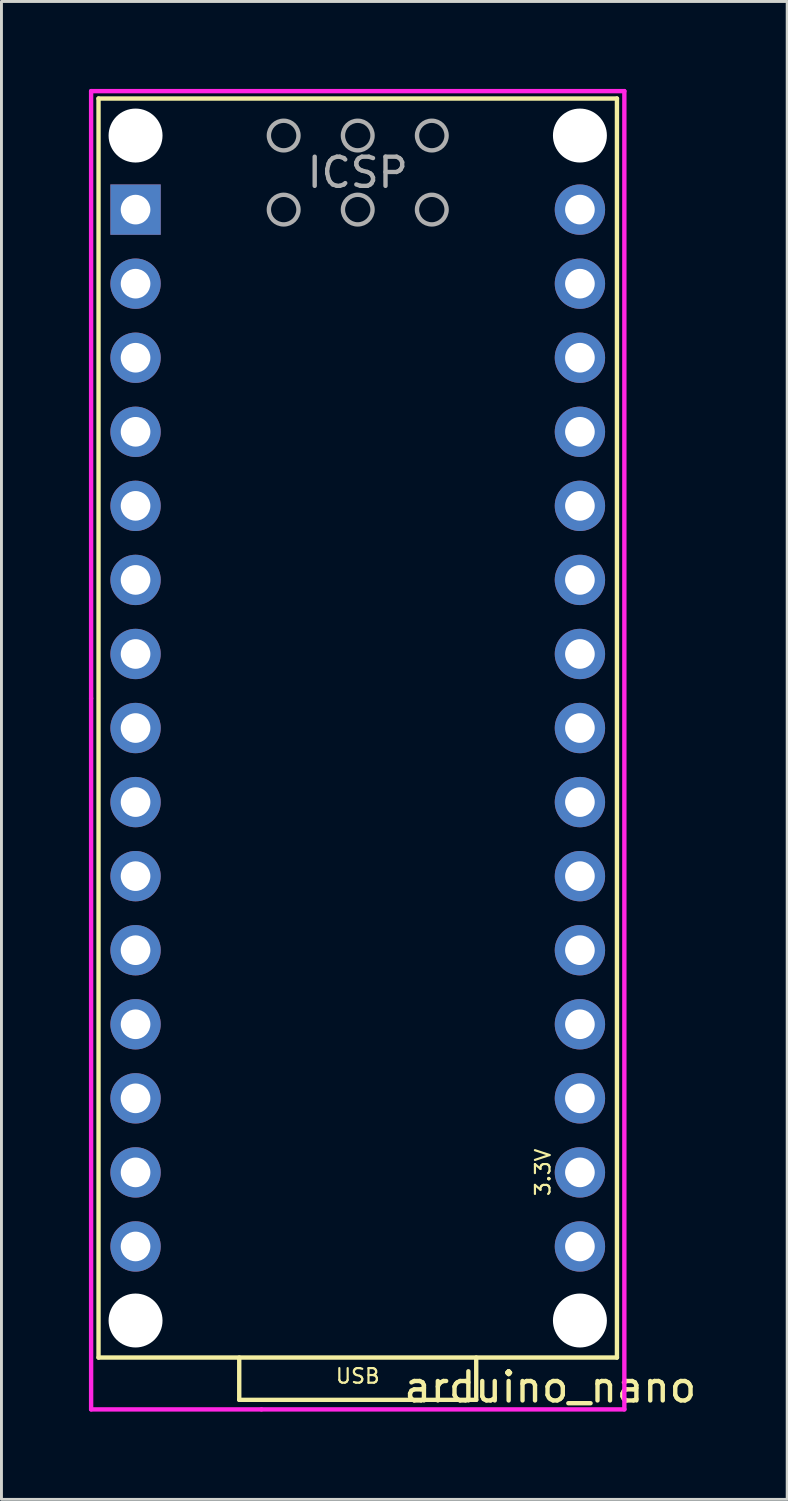
<source format=kicad_pcb>
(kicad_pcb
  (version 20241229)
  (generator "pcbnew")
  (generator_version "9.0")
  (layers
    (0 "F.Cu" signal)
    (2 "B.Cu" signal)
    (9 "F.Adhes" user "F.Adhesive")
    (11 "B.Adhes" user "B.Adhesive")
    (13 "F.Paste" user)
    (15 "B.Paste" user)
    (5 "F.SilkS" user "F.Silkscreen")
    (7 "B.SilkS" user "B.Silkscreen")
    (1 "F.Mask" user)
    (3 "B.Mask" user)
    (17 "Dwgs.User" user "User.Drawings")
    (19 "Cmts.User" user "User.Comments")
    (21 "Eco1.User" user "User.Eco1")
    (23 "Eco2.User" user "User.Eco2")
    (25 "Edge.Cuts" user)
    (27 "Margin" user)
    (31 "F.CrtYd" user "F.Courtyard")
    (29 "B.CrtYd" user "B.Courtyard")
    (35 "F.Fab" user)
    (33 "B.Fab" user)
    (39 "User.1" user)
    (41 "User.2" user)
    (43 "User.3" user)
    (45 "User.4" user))
  (footprint "arduino_nano"
    (layer "F.Cu")
    (at 9.219 43.509)
    (property "Reference" "arduino_nano" (at 6.604 1.016 0) (layer "F.SilkS") (effects (font (size 1 1) (thickness 0.15))))
    (attr through_hole)
    (fp_line (start -8.89 -43.18) (end -8.89 0) (stroke (width 0.15) (type solid)) (layer "F.SilkS"))
    (fp_line (start -8.89 -43.18) (end 8.89 -43.18) (stroke (width 0.15) (type solid)) (layer "F.SilkS"))
    (fp_line (start -8.89 0) (end 8.89 0) (stroke (width 0.15) (type solid)) (layer "F.SilkS"))
    (fp_line (start -4.064 0) (end -4.064 1.45) (stroke (width 0.15) (type solid)) (layer "F.SilkS"))
    (fp_line (start -4.064 1.45) (end 4.064 1.45) (stroke (width 0.15) (type solid)) (layer "F.SilkS"))
    (fp_line (start 4.064 1.45) (end 4.064 0) (stroke (width 0.15) (type solid)) (layer "F.SilkS"))
    (fp_line (start 8.89 -43.18) (end 8.89 0) (stroke (width 0.15) (type solid)) (layer "F.SilkS"))
    (fp_line (start -9.144 -43.434) (end 9.144 -43.434) (stroke (width 0.15) (type solid)) (layer "F.CrtYd"))
    (fp_line (start -9.144 -22.606) (end -9.144 -43.434) (stroke (width 0.15) (type solid)) (layer "F.CrtYd"))
    (fp_line (start -9.144 1.778) (end -9.144 -22.606) (stroke (width 0.15) (type solid)) (layer "F.CrtYd"))
    (fp_line (start -3.302 1.778) (end -9.144 1.778) (stroke (width 0.15) (type solid)) (layer "F.CrtYd"))
    (fp_line (start 9.144 -43.434) (end 9.144 1.778) (stroke (width 0.15) (type solid)) (layer "F.CrtYd"))
    (fp_line (start 9.144 1.778) (end -3.302 1.778) (stroke (width 0.15) (type solid)) (layer "F.CrtYd"))
    (fp_circle (center -2.54 -41.91) (end -2.032 -41.91) (stroke (width 0.15) (type solid)) (fill no) (layer "F.Fab"))
    (fp_circle (center -2.54 -39.37) (end -2.032 -39.37) (stroke (width 0.15) (type solid)) (fill no) (layer "F.Fab"))
    (fp_circle (center 0 -41.91) (end 0.508 -41.91) (stroke (width 0.15) (type solid)) (fill no) (layer "F.Fab"))
    (fp_circle (center 0 -39.37) (end 0.508 -39.37) (stroke (width 0.15) (type solid)) (fill no) (layer "F.Fab"))
    (fp_circle (center 2.54 -41.91) (end 3.048 -41.91) (stroke (width 0.15) (type solid)) (fill no) (layer "F.Fab"))
    (fp_circle (center 2.54 -39.37) (end 3.048 -39.37) (stroke (width 0.15) (type solid)) (fill no) (layer "F.Fab"))
    (fp_text user "USB" (at 0 0.635 0) (layer "F.SilkS") (effects (font (size 0.5 0.5) (thickness 0.075))))
    (fp_text user "3.3V" (at 6.35 -6.35 90) (layer "F.SilkS") (effects (font (size 0.5 0.5) (thickness 0.075))))
    (fp_text user "ICSP" (at 0 -40.64 0) (layer "F.Fab") (effects (font (size 1 1) (thickness 0.15))))
    (pad "" np_thru_hole circle (at -7.62 -41.91) (size 1.85 1.85) (drill 1.85) (layers "*.Cu" "*.Mask"))
    (pad "" np_thru_hole circle (at -7.62 -1.27) (size 1.85 1.85) (drill 1.85) (layers "*.Cu" "*.Mask"))
    (pad "" np_thru_hole circle (at 7.62 -41.91) (size 1.85 1.85) (drill 1.85) (layers "*.Cu" "*.Mask"))
    (pad "" np_thru_hole circle (at 7.62 -1.27) (size 1.85 1.85) (drill 1.85) (layers "*.Cu" "*.Mask"))
    (pad "3V3" thru_hole circle (at 7.62 -6.35) (size 1.727 1.727) (drill 1.016) (layers "*.Cu" "*.Mask"))
    (pad "5V" thru_hole circle (at 7.62 -31.75) (size 1.727 1.727) (drill 1.016) (layers "*.Cu" "*.Mask"))
    (pad "A0" thru_hole circle (at 7.62 -11.43) (size 1.727 1.727) (drill 1.016) (layers "*.Cu" "*.Mask"))
    (pad "A1" thru_hole circle (at 7.62 -13.97) (size 1.727 1.727) (drill 1.016) (layers "*.Cu" "*.Mask"))
    (pad "A2" thru_hole circle (at 7.62 -16.51) (size 1.727 1.727) (drill 1.016) (layers "*.Cu" "*.Mask"))
    (pad "A3" thru_hole circle (at 7.62 -19.05) (size 1.727 1.727) (drill 1.016) (layers "*.Cu" "*.Mask"))
    (pad "A4" thru_hole circle (at 7.62 -21.59) (size 1.727 1.727) (drill 1.016) (layers "*.Cu" "*.Mask"))
    (pad "A5" thru_hole circle (at 7.62 -24.13) (size 1.727 1.727) (drill 1.016) (layers "*.Cu" "*.Mask"))
    (pad "A6" thru_hole circle (at 7.62 -26.67) (size 1.727 1.727) (drill 1.016) (layers "*.Cu" "*.Mask"))
    (pad "A7" thru_hole circle (at 7.62 -29.21) (size 1.727 1.727) (drill 1.016) (layers "*.Cu" "*.Mask"))
    (pad "AREF" thru_hole circle (at 7.62 -8.89) (size 1.727 1.727) (drill 1.016) (layers "*.Cu" "*.Mask"))
    (pad "D0" thru_hole circle (at -7.62 -36.83) (size 1.727 1.727) (drill 1.016) (layers "*.Cu" "*.Mask"))
    (pad "D1" thru_hole rect (at -7.62 -39.37) (size 1.727 1.727) (drill 1.016) (layers "*.Cu" "*.Mask"))
    (pad "D2" thru_hole circle (at -7.62 -29.21) (size 1.727 1.727) (drill 1.016) (layers "*.Cu" "*.Mask"))
    (pad "D3" thru_hole circle (at -7.62 -26.67) (size 1.727 1.727) (drill 1.016) (layers "*.Cu" "*.Mask"))
    (pad "D4" thru_hole circle (at -7.62 -24.13) (size 1.727 1.727) (drill 1.016) (layers "*.Cu" "*.Mask"))
    (pad "D5" thru_hole circle (at -7.62 -21.59) (size 1.727 1.727) (drill 1.016) (layers "*.Cu" "*.Mask"))
    (pad "D6" thru_hole circle (at -7.62 -19.05) (size 1.727 1.727) (drill 1.016) (layers "*.Cu" "*.Mask"))
    (pad "D7" thru_hole circle (at -7.62 -16.51) (size 1.727 1.727) (drill 1.016) (layers "*.Cu" "*.Mask"))
    (pad "D8" thru_hole circle (at -7.62 -13.97) (size 1.727 1.727) (drill 1.016) (layers "*.Cu" "*.Mask"))
    (pad "D9" thru_hole circle (at -7.62 -11.43) (size 1.727 1.727) (drill 1.016) (layers "*.Cu" "*.Mask"))
    (pad "D10" thru_hole circle (at -7.62 -8.89) (size 1.727 1.727) (drill 1.016) (layers "*.Cu" "*.Mask"))
    (pad "D11" thru_hole circle (at -7.62 -6.35) (size 1.727 1.727) (drill 1.016) (layers "*.Cu" "*.Mask"))
    (pad "D12" thru_hole circle (at -7.62 -3.81) (size 1.727 1.727) (drill 1.016) (layers "*.Cu" "*.Mask"))
    (pad "D13" thru_hole circle (at 7.62 -3.81) (size 1.727 1.727) (drill 1.016) (layers "*.Cu" "*.Mask"))
    (pad "GND1" thru_hole circle (at -7.62 -31.75) (size 1.727 1.727) (drill 1.016) (layers "*.Cu" "*.Mask"))
    (pad "GND2" thru_hole circle (at 7.62 -36.83) (size 1.727 1.727) (drill 1.016) (layers "*.Cu" "*.Mask"))
    (pad "RST1" thru_hole circle (at -7.62 -34.29) (size 1.727 1.727) (drill 1.016) (layers "*.Cu" "*.Mask"))
    (pad "RST2" thru_hole circle (at 7.62 -34.29) (size 1.727 1.727) (drill 1.016) (layers "*.Cu" "*.Mask"))
    (pad "VIN" thru_hole circle (at 7.62 -39.37) (size 1.727 1.727) (drill 1.016) (layers "*.Cu" "*.Mask")))
  (gr_rect
    (start -3 -3)
    (end 23.948 48.373)
    (stroke (width 0.1) (type default))
    (fill no)
    (layer "Edge.Cuts")))
</source>
